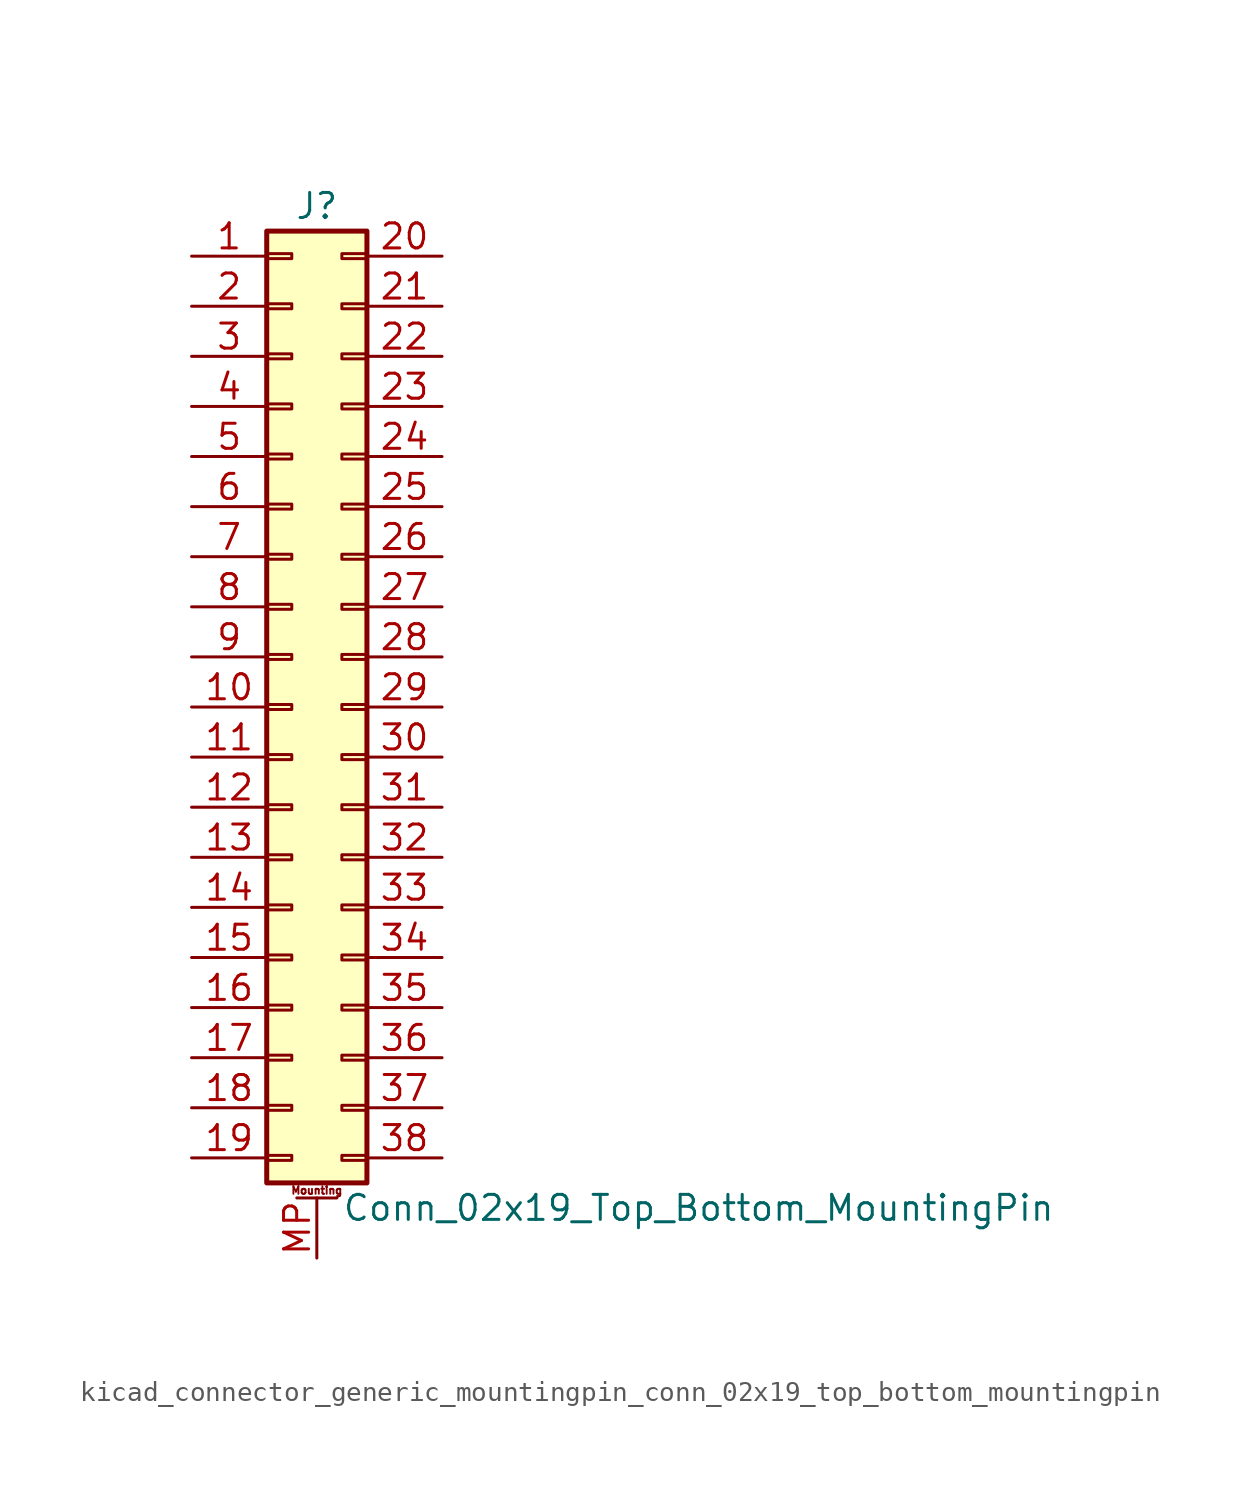
<source format=kicad_sym>
(kicad_symbol_lib
  (version 20220914)
  (generator kicad_symbol_editor)
  (symbol "kicad_connector_generic_mountingpin_conn_02x19_top_bottom_mountingpin"
    (pin_names
      (offset 1.016) hide)
    (property "Reference" "J"
      (at 1.27 25.4 0)
      (effects (font (size 1.27 1.27))))
    (property "Value" "Conn_02x19_Top_Bottom_MountingPin"
      (at 2.54 -25.4 0)
      (effects (font (size 1.27 1.27)) (justify left)))
    (symbol "kicad_connector_generic_mountingpin_conn_02x19_top_bottom_mountingpin_1_1"
      (rectangle (start -1.27 -22.733) (end 0 -22.987) (stroke (width 0.152) (type default)) (fill (type none)))
      (rectangle (start -1.27 -20.193) (end 0 -20.447) (stroke (width 0.152) (type default)) (fill (type none)))
      (rectangle (start -1.27 -17.653) (end 0 -17.907) (stroke (width 0.152) (type default)) (fill (type none)))
      (rectangle (start -1.27 -15.113) (end 0 -15.367) (stroke (width 0.152) (type default)) (fill (type none)))
      (rectangle (start -1.27 -12.573) (end 0 -12.827) (stroke (width 0.152) (type default)) (fill (type none)))
      (rectangle (start -1.27 -10.033) (end 0 -10.287) (stroke (width 0.152) (type default)) (fill (type none)))
      (rectangle (start -1.27 -7.493) (end 0 -7.747) (stroke (width 0.152) (type default)) (fill (type none)))
      (rectangle (start -1.27 -4.953) (end 0 -5.207) (stroke (width 0.152) (type default)) (fill (type none)))
      (rectangle (start -1.27 -2.413) (end 0 -2.667) (stroke (width 0.152) (type default)) (fill (type none)))
      (rectangle (start -1.27 0.127) (end 0 -0.127) (stroke (width 0.152) (type default)) (fill (type none)))
      (rectangle (start -1.27 2.667) (end 0 2.413) (stroke (width 0.152) (type default)) (fill (type none)))
      (rectangle (start -1.27 5.207) (end 0 4.953) (stroke (width 0.152) (type default)) (fill (type none)))
      (rectangle (start -1.27 7.747) (end 0 7.493) (stroke (width 0.152) (type default)) (fill (type none)))
      (rectangle (start -1.27 10.287) (end 0 10.033) (stroke (width 0.152) (type default)) (fill (type none)))
      (rectangle (start -1.27 12.827) (end 0 12.573) (stroke (width 0.152) (type default)) (fill (type none)))
      (rectangle (start -1.27 15.367) (end 0 15.113) (stroke (width 0.152) (type default)) (fill (type none)))
      (rectangle (start -1.27 17.907) (end 0 17.653) (stroke (width 0.152) (type default)) (fill (type none)))
      (rectangle (start -1.27 20.447) (end 0 20.193) (stroke (width 0.152) (type default)) (fill (type none)))
      (rectangle (start -1.27 22.987) (end 0 22.733) (stroke (width 0.152) (type default)) (fill (type none)))
      (rectangle (start -1.27 24.13) (end 3.81 -24.13) (stroke (width 0.254) (type default)) (fill (type background)))
      (polyline (pts (xy 0.254 -24.892) (xy 2.286 -24.892)) (stroke (width 0.152) (type default)) (fill (type none)))
      (rectangle (start 3.81 -22.733) (end 2.54 -22.987) (stroke (width 0.152) (type default)) (fill (type none)))
      (rectangle (start 3.81 -20.193) (end 2.54 -20.447) (stroke (width 0.152) (type default)) (fill (type none)))
      (rectangle (start 3.81 -17.653) (end 2.54 -17.907) (stroke (width 0.152) (type default)) (fill (type none)))
      (rectangle (start 3.81 -15.113) (end 2.54 -15.367) (stroke (width 0.152) (type default)) (fill (type none)))
      (rectangle (start 3.81 -12.573) (end 2.54 -12.827) (stroke (width 0.152) (type default)) (fill (type none)))
      (rectangle (start 3.81 -10.033) (end 2.54 -10.287) (stroke (width 0.152) (type default)) (fill (type none)))
      (rectangle (start 3.81 -7.493) (end 2.54 -7.747) (stroke (width 0.152) (type default)) (fill (type none)))
      (rectangle (start 3.81 -4.953) (end 2.54 -5.207) (stroke (width 0.152) (type default)) (fill (type none)))
      (rectangle (start 3.81 -2.413) (end 2.54 -2.667) (stroke (width 0.152) (type default)) (fill (type none)))
      (rectangle (start 3.81 0.127) (end 2.54 -0.127) (stroke (width 0.152) (type default)) (fill (type none)))
      (rectangle (start 3.81 2.667) (end 2.54 2.413) (stroke (width 0.152) (type default)) (fill (type none)))
      (rectangle (start 3.81 5.207) (end 2.54 4.953) (stroke (width 0.152) (type default)) (fill (type none)))
      (rectangle (start 3.81 7.747) (end 2.54 7.493) (stroke (width 0.152) (type default)) (fill (type none)))
      (rectangle (start 3.81 10.287) (end 2.54 10.033) (stroke (width 0.152) (type default)) (fill (type none)))
      (rectangle (start 3.81 12.827) (end 2.54 12.573) (stroke (width 0.152) (type default)) (fill (type none)))
      (rectangle (start 3.81 15.367) (end 2.54 15.113) (stroke (width 0.152) (type default)) (fill (type none)))
      (rectangle (start 3.81 17.907) (end 2.54 17.653) (stroke (width 0.152) (type default)) (fill (type none)))
      (rectangle (start 3.81 20.447) (end 2.54 20.193) (stroke (width 0.152) (type default)) (fill (type none)))
      (rectangle (start 3.81 22.987) (end 2.54 22.733) (stroke (width 0.152) (type default)) (fill (type none)))
      (text "Mounting" (at 1.27 -24.511 0) (effects (font (size 0.381 0.381))))
      (pin passive line (at -5.08 22.86 0) (length 3.81) (name "Pin_1" (effects (font (size 1.27 1.27)))) (number "1" (effects (font (size 1.27 1.27)))))
      (pin passive line (at -5.08 0 0) (length 3.81) (name "Pin_10" (effects (font (size 1.27 1.27)))) (number "10" (effects (font (size 1.27 1.27)))))
      (pin passive line (at -5.08 -2.54 0) (length 3.81) (name "Pin_11" (effects (font (size 1.27 1.27)))) (number "11" (effects (font (size 1.27 1.27)))))
      (pin passive line (at -5.08 -5.08 0) (length 3.81) (name "Pin_12" (effects (font (size 1.27 1.27)))) (number "12" (effects (font (size 1.27 1.27)))))
      (pin passive line (at -5.08 -7.62 0) (length 3.81) (name "Pin_13" (effects (font (size 1.27 1.27)))) (number "13" (effects (font (size 1.27 1.27)))))
      (pin passive line (at -5.08 -10.16 0) (length 3.81) (name "Pin_14" (effects (font (size 1.27 1.27)))) (number "14" (effects (font (size 1.27 1.27)))))
      (pin passive line (at -5.08 -12.7 0) (length 3.81) (name "Pin_15" (effects (font (size 1.27 1.27)))) (number "15" (effects (font (size 1.27 1.27)))))
      (pin passive line (at -5.08 -15.24 0) (length 3.81) (name "Pin_16" (effects (font (size 1.27 1.27)))) (number "16" (effects (font (size 1.27 1.27)))))
      (pin passive line (at -5.08 -17.78 0) (length 3.81) (name "Pin_17" (effects (font (size 1.27 1.27)))) (number "17" (effects (font (size 1.27 1.27)))))
      (pin passive line (at -5.08 -20.32 0) (length 3.81) (name "Pin_18" (effects (font (size 1.27 1.27)))) (number "18" (effects (font (size 1.27 1.27)))))
      (pin passive line (at -5.08 -22.86 0) (length 3.81) (name "Pin_19" (effects (font (size 1.27 1.27)))) (number "19" (effects (font (size 1.27 1.27)))))
      (pin passive line (at -5.08 20.32 0) (length 3.81) (name "Pin_2" (effects (font (size 1.27 1.27)))) (number "2" (effects (font (size 1.27 1.27)))))
      (pin passive line (at 7.62 22.86 180) (length 3.81) (name "Pin_20" (effects (font (size 1.27 1.27)))) (number "20" (effects (font (size 1.27 1.27)))))
      (pin passive line (at 7.62 20.32 180) (length 3.81) (name "Pin_21" (effects (font (size 1.27 1.27)))) (number "21" (effects (font (size 1.27 1.27)))))
      (pin passive line (at 7.62 17.78 180) (length 3.81) (name "Pin_22" (effects (font (size 1.27 1.27)))) (number "22" (effects (font (size 1.27 1.27)))))
      (pin passive line (at 7.62 15.24 180) (length 3.81) (name "Pin_23" (effects (font (size 1.27 1.27)))) (number "23" (effects (font (size 1.27 1.27)))))
      (pin passive line (at 7.62 12.7 180) (length 3.81) (name "Pin_24" (effects (font (size 1.27 1.27)))) (number "24" (effects (font (size 1.27 1.27)))))
      (pin passive line (at 7.62 10.16 180) (length 3.81) (name "Pin_25" (effects (font (size 1.27 1.27)))) (number "25" (effects (font (size 1.27 1.27)))))
      (pin passive line (at 7.62 7.62 180) (length 3.81) (name "Pin_26" (effects (font (size 1.27 1.27)))) (number "26" (effects (font (size 1.27 1.27)))))
      (pin passive line (at 7.62 5.08 180) (length 3.81) (name "Pin_27" (effects (font (size 1.27 1.27)))) (number "27" (effects (font (size 1.27 1.27)))))
      (pin passive line (at 7.62 2.54 180) (length 3.81) (name "Pin_28" (effects (font (size 1.27 1.27)))) (number "28" (effects (font (size 1.27 1.27)))))
      (pin passive line (at 7.62 0 180) (length 3.81) (name "Pin_29" (effects (font (size 1.27 1.27)))) (number "29" (effects (font (size 1.27 1.27)))))
      (pin passive line (at -5.08 17.78 0) (length 3.81) (name "Pin_3" (effects (font (size 1.27 1.27)))) (number "3" (effects (font (size 1.27 1.27)))))
      (pin passive line (at 7.62 -2.54 180) (length 3.81) (name "Pin_30" (effects (font (size 1.27 1.27)))) (number "30" (effects (font (size 1.27 1.27)))))
      (pin passive line (at 7.62 -5.08 180) (length 3.81) (name "Pin_31" (effects (font (size 1.27 1.27)))) (number "31" (effects (font (size 1.27 1.27)))))
      (pin passive line (at 7.62 -7.62 180) (length 3.81) (name "Pin_32" (effects (font (size 1.27 1.27)))) (number "32" (effects (font (size 1.27 1.27)))))
      (pin passive line (at 7.62 -10.16 180) (length 3.81) (name "Pin_33" (effects (font (size 1.27 1.27)))) (number "33" (effects (font (size 1.27 1.27)))))
      (pin passive line (at 7.62 -12.7 180) (length 3.81) (name "Pin_34" (effects (font (size 1.27 1.27)))) (number "34" (effects (font (size 1.27 1.27)))))
      (pin passive line (at 7.62 -15.24 180) (length 3.81) (name "Pin_35" (effects (font (size 1.27 1.27)))) (number "35" (effects (font (size 1.27 1.27)))))
      (pin passive line (at 7.62 -17.78 180) (length 3.81) (name "Pin_36" (effects (font (size 1.27 1.27)))) (number "36" (effects (font (size 1.27 1.27)))))
      (pin passive line (at 7.62 -20.32 180) (length 3.81) (name "Pin_37" (effects (font (size 1.27 1.27)))) (number "37" (effects (font (size 1.27 1.27)))))
      (pin passive line (at 7.62 -22.86 180) (length 3.81) (name "Pin_38" (effects (font (size 1.27 1.27)))) (number "38" (effects (font (size 1.27 1.27)))))
      (pin passive line (at -5.08 15.24 0) (length 3.81) (name "Pin_4" (effects (font (size 1.27 1.27)))) (number "4" (effects (font (size 1.27 1.27)))))
      (pin passive line (at -5.08 12.7 0) (length 3.81) (name "Pin_5" (effects (font (size 1.27 1.27)))) (number "5" (effects (font (size 1.27 1.27)))))
      (pin passive line (at -5.08 10.16 0) (length 3.81) (name "Pin_6" (effects (font (size 1.27 1.27)))) (number "6" (effects (font (size 1.27 1.27)))))
      (pin passive line (at -5.08 7.62 0) (length 3.81) (name "Pin_7" (effects (font (size 1.27 1.27)))) (number "7" (effects (font (size 1.27 1.27)))))
      (pin passive line (at -5.08 5.08 0) (length 3.81) (name "Pin_8" (effects (font (size 1.27 1.27)))) (number "8" (effects (font (size 1.27 1.27)))))
      (pin passive line (at -5.08 2.54 0) (length 3.81) (name "Pin_9" (effects (font (size 1.27 1.27)))) (number "9" (effects (font (size 1.27 1.27)))))
      (pin passive line (at 1.27 -27.94 90) (length 3.048) (name "MountPin" (effects (font (size 1.27 1.27)))) (number "MP" (effects (font (size 1.27 1.27))))))))
</source>
